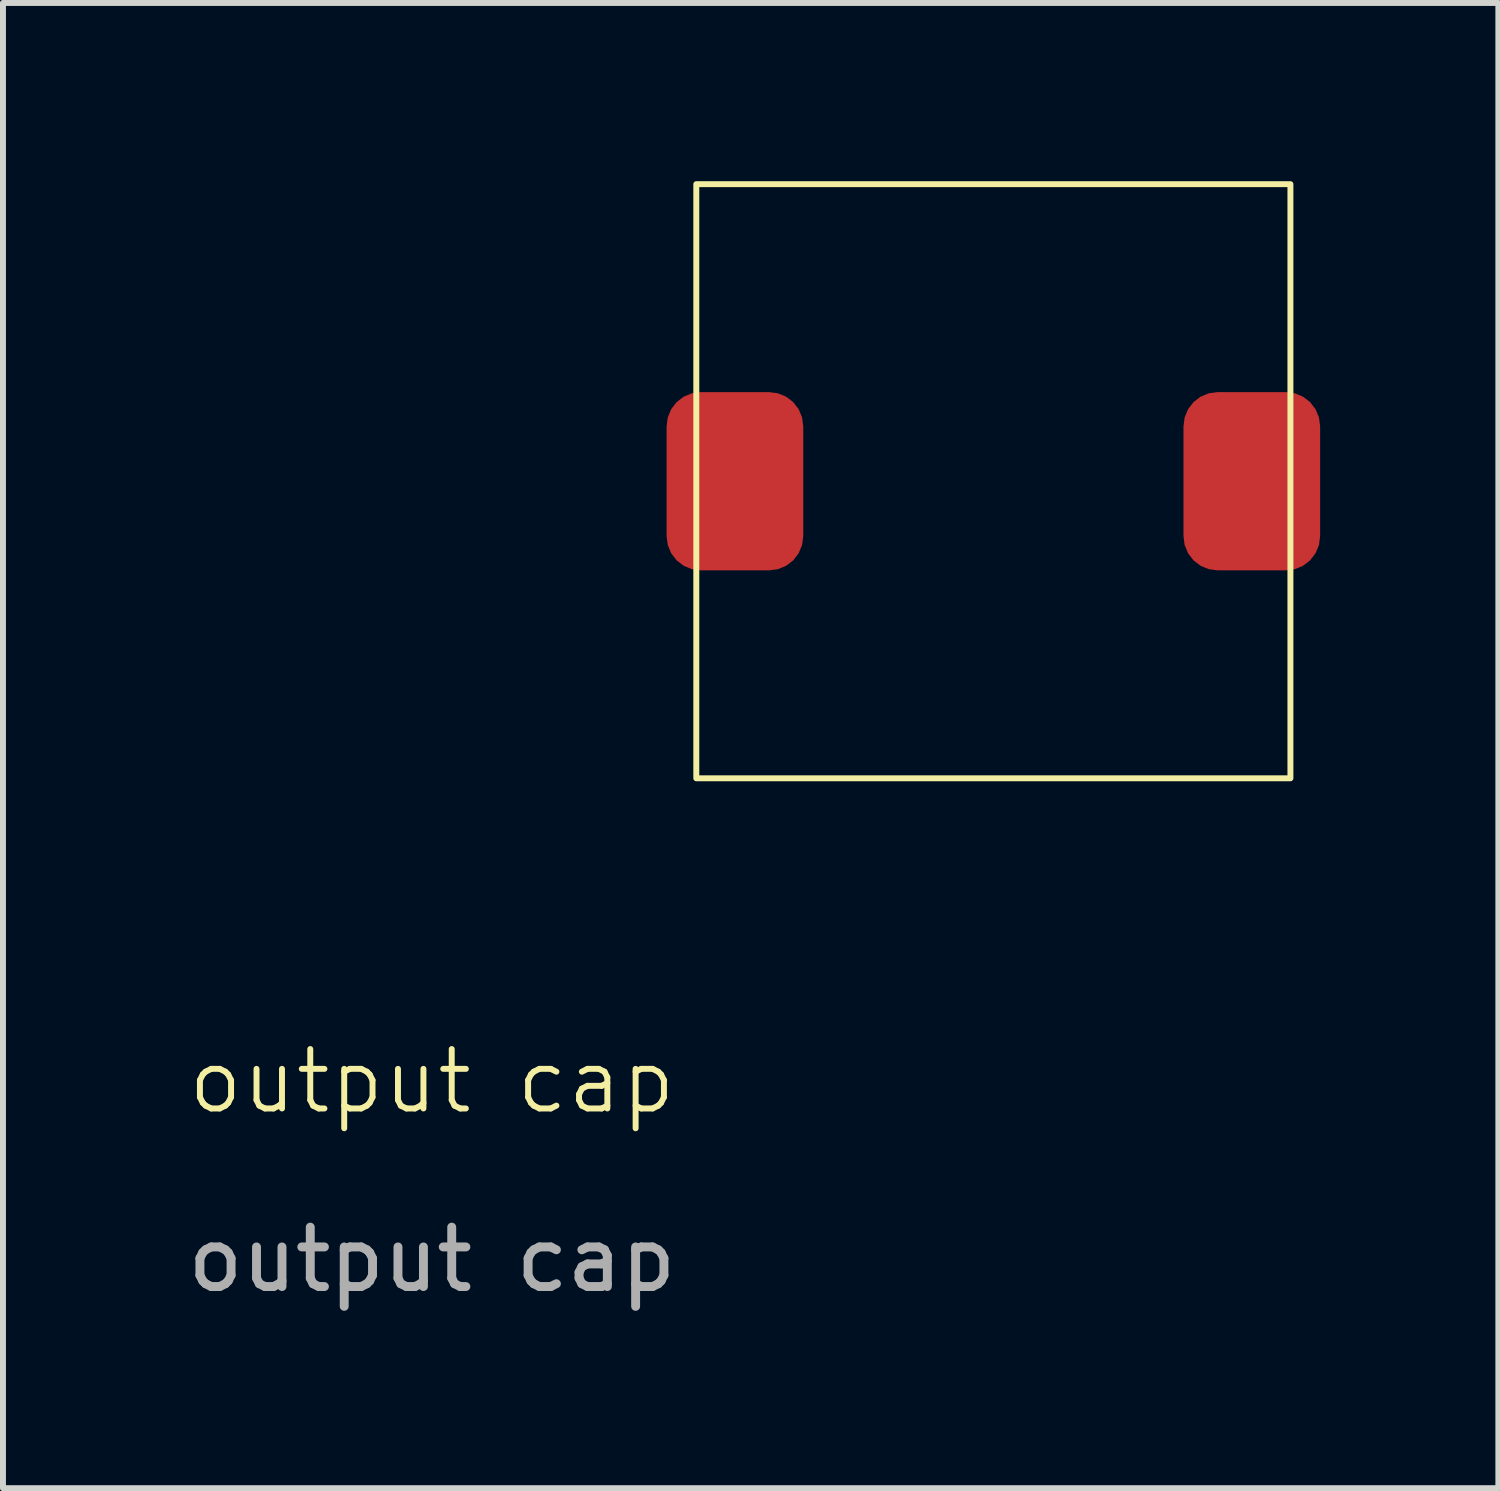
<source format=kicad_pcb>
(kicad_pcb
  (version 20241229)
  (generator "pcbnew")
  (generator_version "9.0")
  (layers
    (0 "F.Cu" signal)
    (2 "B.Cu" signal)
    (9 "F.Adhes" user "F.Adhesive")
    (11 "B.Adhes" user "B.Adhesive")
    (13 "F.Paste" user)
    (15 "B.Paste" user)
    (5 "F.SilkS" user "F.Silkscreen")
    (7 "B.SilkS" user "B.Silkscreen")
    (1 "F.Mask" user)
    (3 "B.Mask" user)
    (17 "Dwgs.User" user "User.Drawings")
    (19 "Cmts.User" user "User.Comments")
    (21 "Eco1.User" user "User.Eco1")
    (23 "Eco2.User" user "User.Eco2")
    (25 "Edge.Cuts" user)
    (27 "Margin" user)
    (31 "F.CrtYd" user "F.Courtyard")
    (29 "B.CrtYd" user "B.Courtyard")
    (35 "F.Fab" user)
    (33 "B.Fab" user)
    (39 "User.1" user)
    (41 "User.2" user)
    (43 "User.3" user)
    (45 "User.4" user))
  (footprint "output cap"
    (layer "F.Cu")
    (at 4.22 15.65)
    (property "Reference" "output cap" (at 0 -0.5 0) (unlocked yes) (layer "F.SilkS") (effects (font (size 1 1) (thickness 0.1))))
    (attr smd)
    (fp_rect (start 4.45 -15.6) (end 14.45 -5.6) (stroke (width 0.1) (type default)) (fill no) (layer "F.SilkS"))
    (fp_text user "${REFERENCE}" (at 0 2.5 0) (unlocked yes) (layer "F.Fab") (effects (font (size 1 1) (thickness 0.15))))
    (pad "1" smd roundrect (at 13.8 -10.6) (size 2.3 3) (layers "F.Cu" "F.Mask" "F.Paste") (roundrect_rratio 0.25))
    (pad "2" smd roundrect (at 5.1 -10.6) (size 2.3 3) (layers "F.Cu" "F.Mask" "F.Paste") (roundrect_rratio 0.25)))
  (gr_rect
    (start -3 -3)
    (end 22.17 21.998)
    (stroke (width 0.1) (type default))
    (fill no)
    (layer "Edge.Cuts")))
</source>
